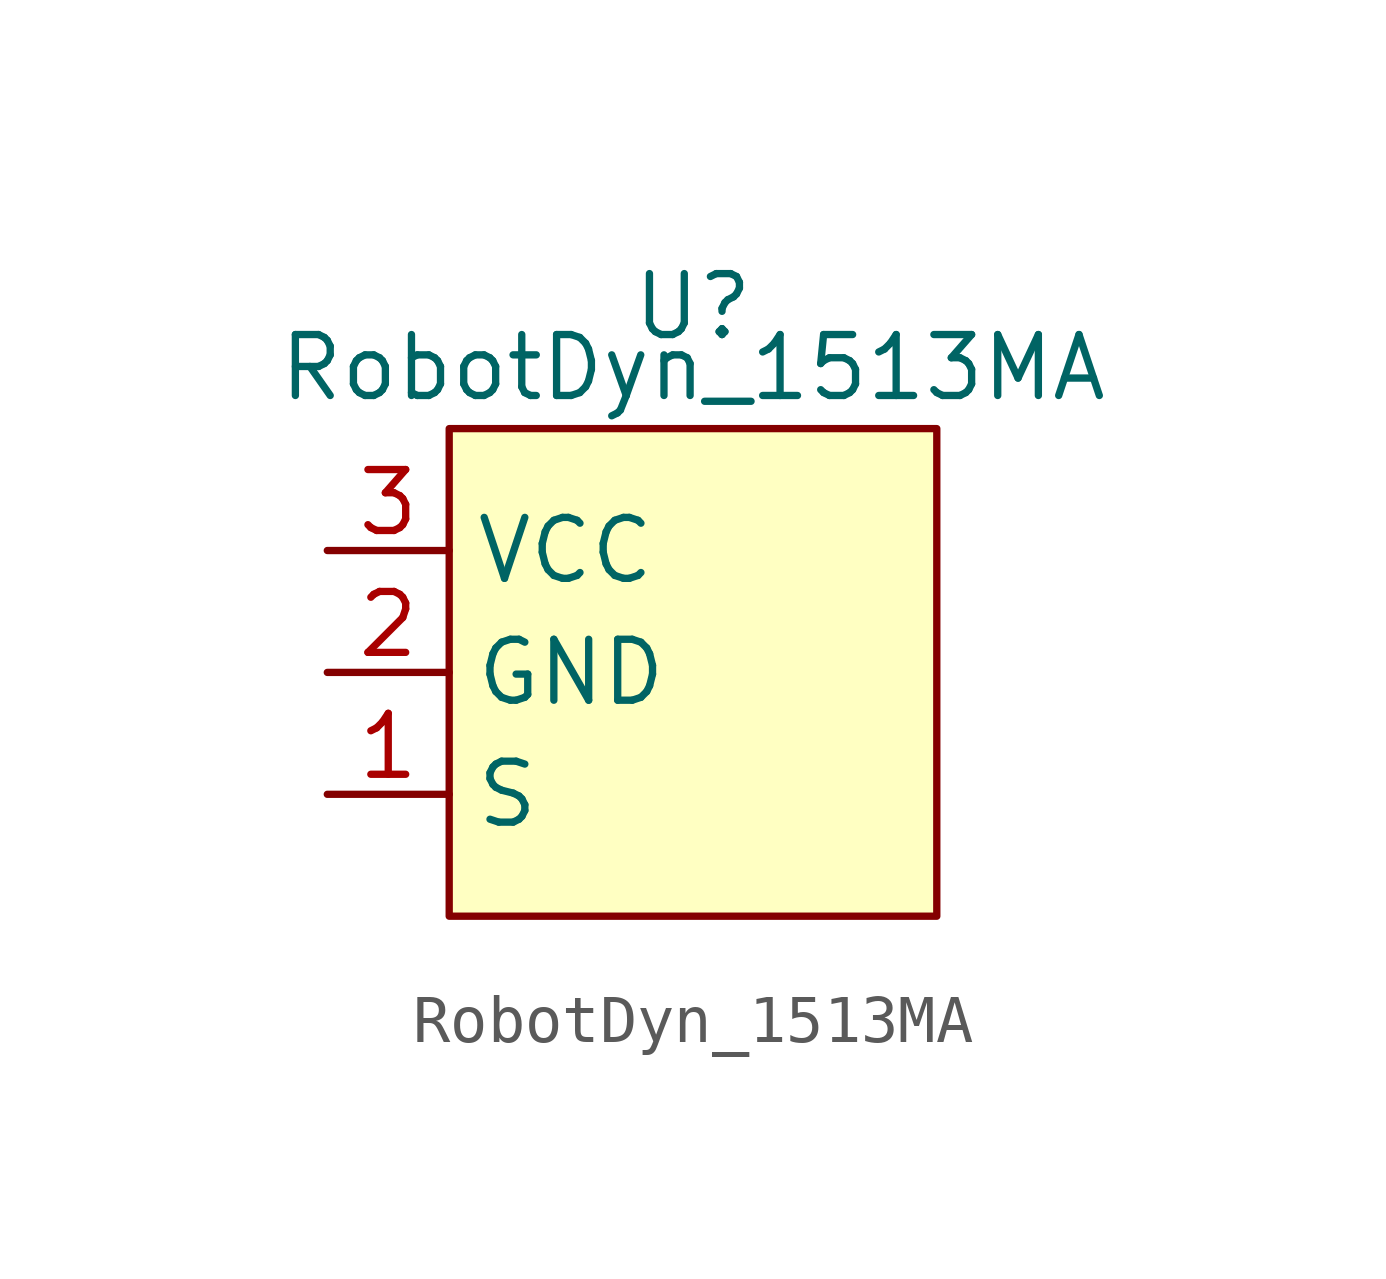
<source format=kicad_sym>
(kicad_symbol_lib
  (version 20211014)
  (generator kicad_symbol_editor)
  (symbol "RobotDyn_1513MA"
    (property "Reference" "U"
      (at 0 12.7 0)
      (effects (font (size 1.27 1.27))))
    (property "Value" "RobotDyn_1513MA"
      (at 0 11.43 0)
      (effects (font (size 1.27 1.27))))
    (symbol "RobotDyn_1513MA_0_1"
      (rectangle (start -5.08 10.16) (end 5.08 0) (stroke (width 0) (type default) (color 0 0 0 0)) (fill (type background))))
    (symbol "RobotDyn_1513MA_1_1"
      (pin input line (at -7.62 2.54 0) (length 2.54) (name "S" (effects (font (size 1.27 1.27)))) (number "1" (effects (font (size 1.27 1.27)))))
      (pin power_in line (at -7.62 5.08 0) (length 2.54) (name "GND" (effects (font (size 1.27 1.27)))) (number "2" (effects (font (size 1.27 1.27)))))
      (pin power_in line (at -7.62 7.62 0) (length 2.54) (name "VCC" (effects (font (size 1.27 1.27)))) (number "3" (effects (font (size 1.27 1.27))))))))
</source>
